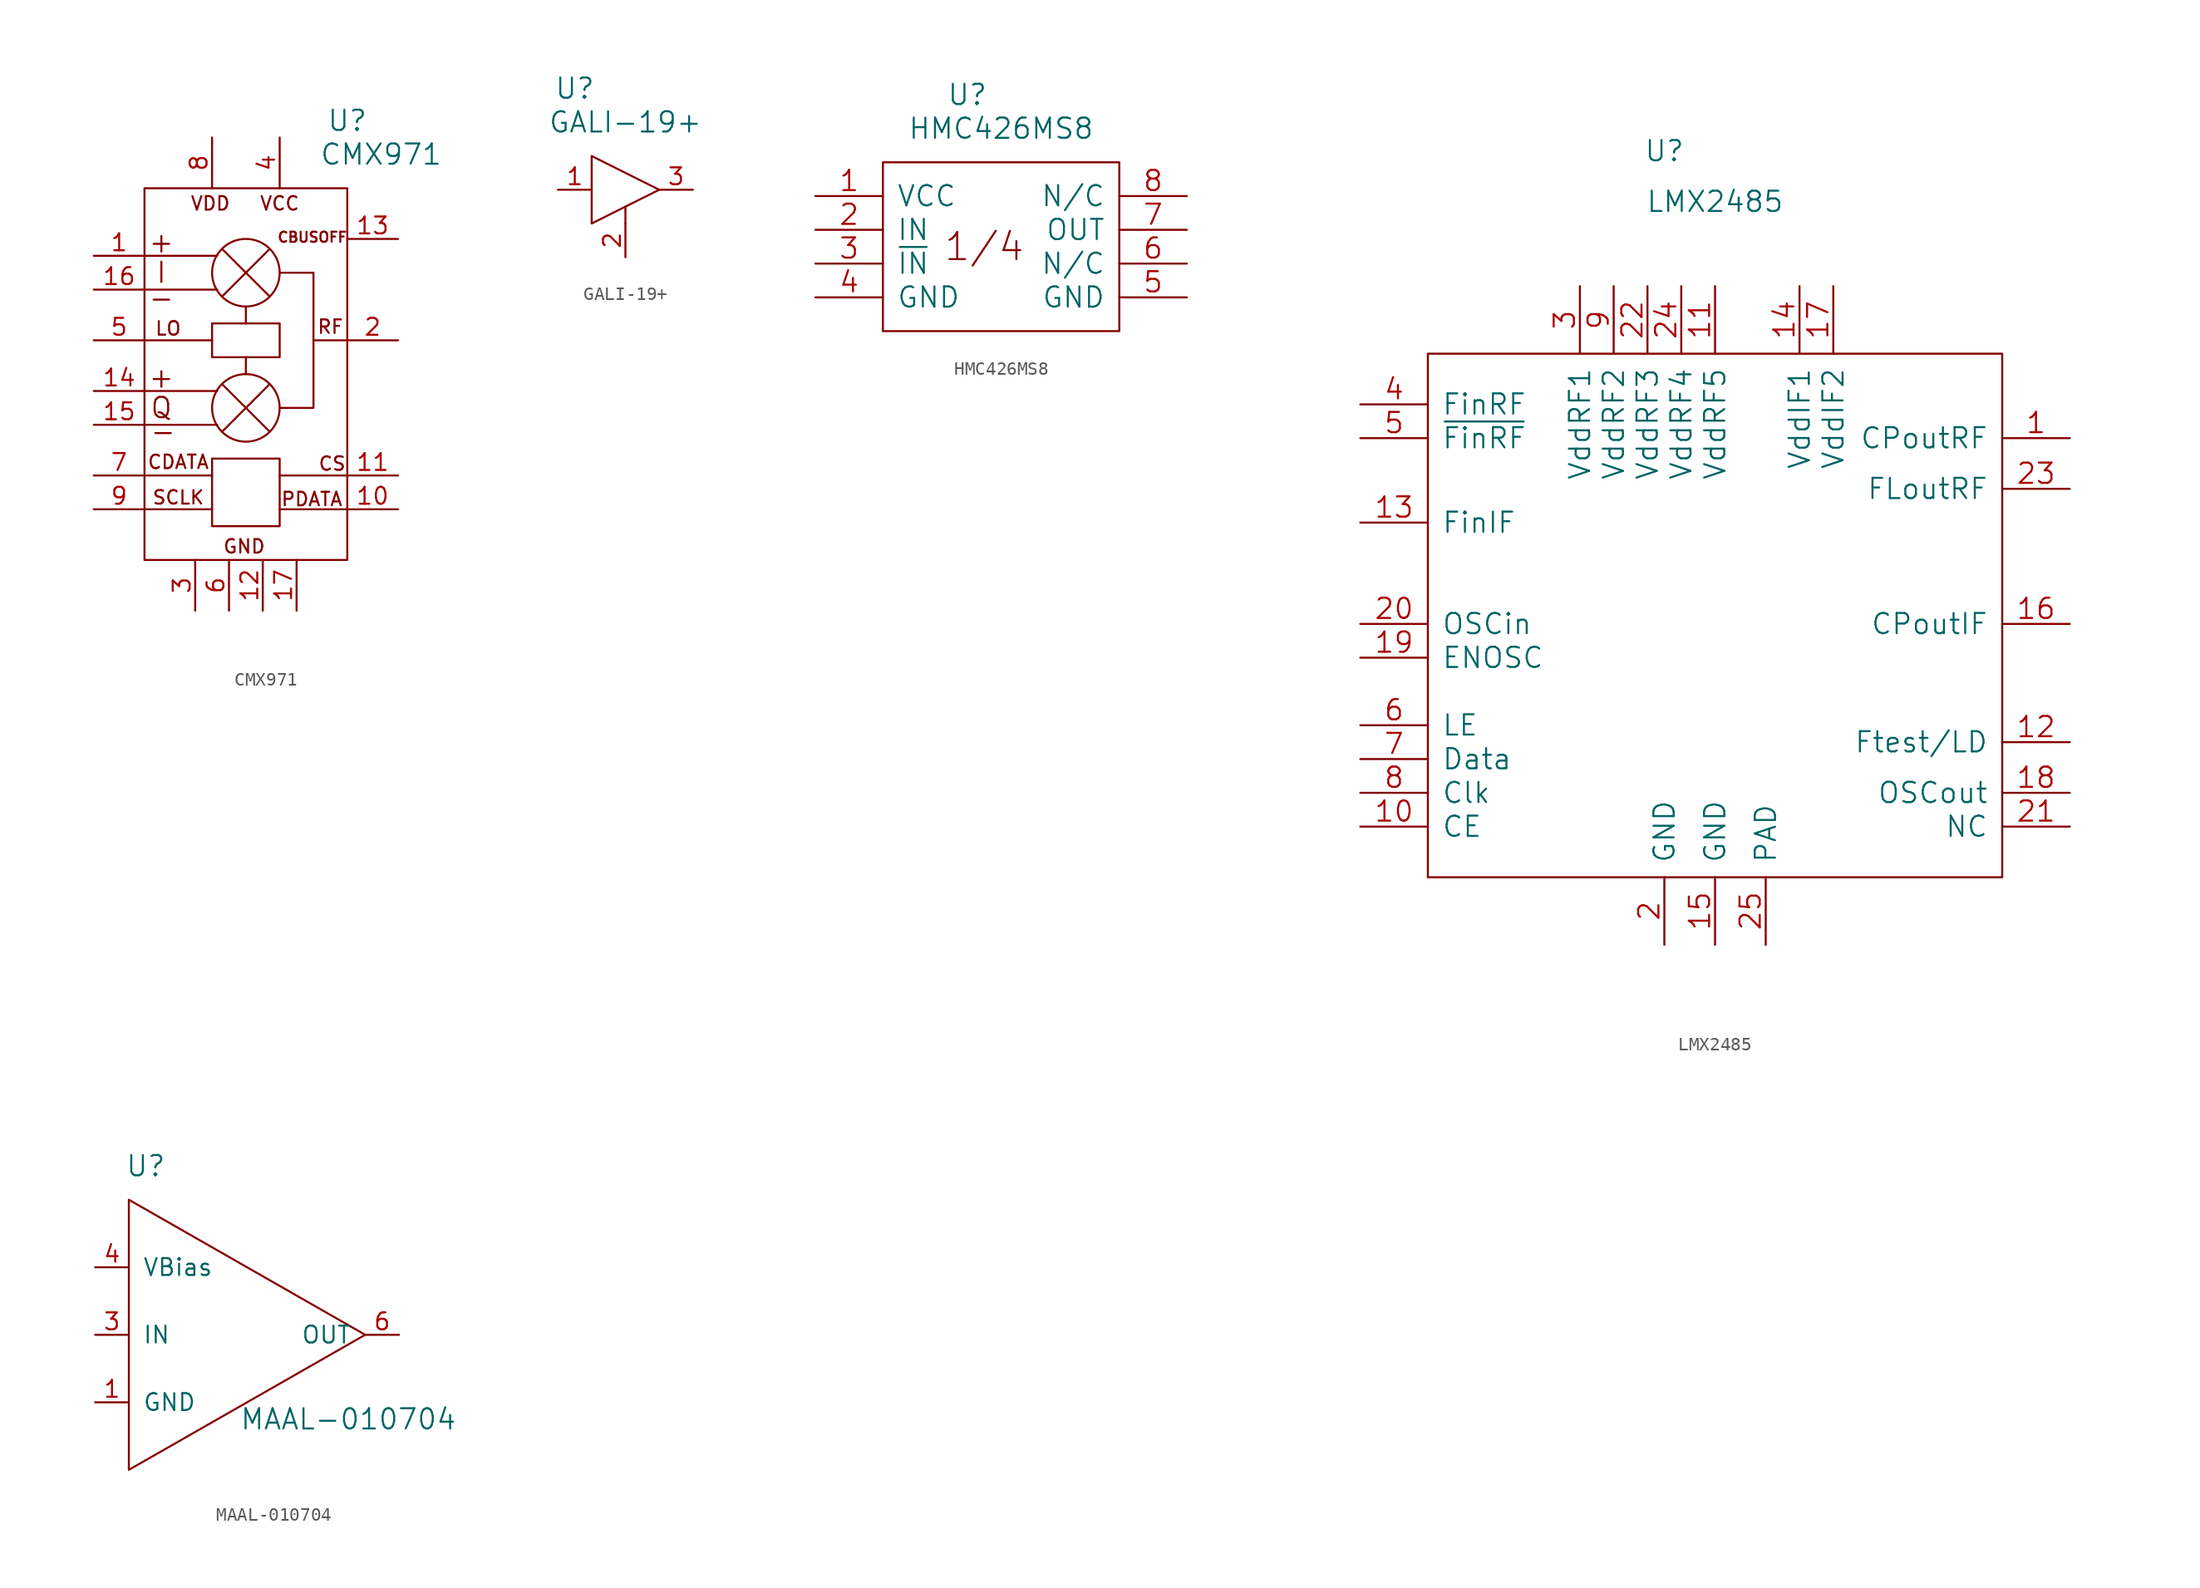
<source format=kicad_sym>
(kicad_symbol_lib
  (version 20211014)
  (generator kicad_symbol_editor)
  (symbol "CMX971"
    (pin_names
      (offset 1.016) hide)
    (property "Reference" "U"
      (at 7.62 16.51 0)
      (effects (font (size 1.524 1.524))))
    (property "Value" "CMX971"
      (at 10.16 13.97 0)
      (effects (font (size 1.524 1.524))))
    (property "Footprint" ""
      (at 0 -5.08 0)
      (effects (font (size 1.524 1.524))))
    (property "Datasheet" ""
      (at 0 -5.08 0)
      (effects (font (size 1.524 1.524))))
    (symbol "CMX971_0_0"
      (rectangle (start -7.62 11.43) (end 7.62 -16.51) (stroke (width 0) (type default) (color 0 0 0 0)) (fill (type none)))
      (polyline (pts (xy -7.62 -12.7) (xy -2.54 -12.7)) (stroke (width 0) (type default) (color 0 0 0 0)) (fill (type none)))
      (polyline (pts (xy -7.62 -10.16) (xy -2.54 -10.16)) (stroke (width 0) (type default) (color 0 0 0 0)) (fill (type none)))
      (polyline (pts (xy -7.62 -6.35) (xy -2.159 -6.35)) (stroke (width 0) (type default) (color 0 0 0 0)) (fill (type none)))
      (polyline (pts (xy -7.62 -3.81) (xy -2.159 -3.81)) (stroke (width 0) (type default) (color 0 0 0 0)) (fill (type none)))
      (polyline (pts (xy -7.62 0) (xy -2.54 0)) (stroke (width 0) (type default) (color 0 0 0 0)) (fill (type none)))
      (polyline (pts (xy -7.62 3.81) (xy -2.159 3.81)) (stroke (width 0) (type default) (color 0 0 0 0)) (fill (type none)))
      (polyline (pts (xy -7.62 6.35) (xy -2.159 6.35)) (stroke (width 0) (type default) (color 0 0 0 0)) (fill (type none)))
      (polyline (pts (xy 0 -1.27) (xy 0 -2.54)) (stroke (width 0) (type default) (color 0 0 0 0)) (fill (type none)))
      (polyline (pts (xy 0 2.54) (xy 0 1.27)) (stroke (width 0) (type default) (color 0 0 0 0)) (fill (type none)))
      (polyline (pts (xy 7.62 -12.7) (xy 2.54 -12.7)) (stroke (width 0) (type default) (color 0 0 0 0)) (fill (type none)))
      (polyline (pts (xy 7.62 -10.16) (xy 2.54 -10.16)) (stroke (width 0) (type default) (color 0 0 0 0)) (fill (type none)))
      (polyline (pts (xy 5.08 0) (xy 5.08 -5.08) (xy 2.54 -5.08)) (stroke (width 0) (type default) (color 0 0 0 0)) (fill (type none)))
      (polyline (pts (xy 7.62 0) (xy 5.08 0) (xy 5.08 5.08) (xy 2.54 5.08)) (stroke (width 0) (type default) (color 0 0 0 0)) (fill (type none)))
      (polyline (pts (xy -2.54 -8.89) (xy -2.54 -11.43) (xy -2.54 -13.97) (xy 2.54 -13.97) (xy 2.54 -8.89) (xy -2.54 -8.89)) (stroke (width 0) (type default) (color 0 0 0 0)) (fill (type none)))
      (text " CBUSOFF" (at 4.699 7.747 0) (effects (font (size 0.762 0.762))))
      (text " CS" (at 6.096 -9.271 0) (effects (font (size 1.016 1.016))))
      (text "+" (at -6.35 -2.794 0) (effects (font (size 1.524 1.524))))
      (text "+" (at -6.35 7.366 0) (effects (font (size 1.524 1.524))))
      (text "-" (at -6.35 3.175 0) (effects (font (size 1.524 1.524))))
      (text "-" (at -6.223 -6.858 0) (effects (font (size 1.524 1.524))))
      (text "CDATA" (at -5.08 -9.144 0) (effects (font (size 1.016 1.016))))
      (text "GND" (at -0.127 -15.494 0) (effects (font (size 1.016 1.016))))
      (text "I" (at -6.35 5.08 0) (effects (font (size 1.524 1.524))))
      (text "LO" (at -5.842 0.889 0) (effects (font (size 1.016 1.016))))
      (text "PDATA" (at 4.953 -11.938 0) (effects (font (size 1.016 1.016))))
      (text "Q" (at -6.35 -5.08 0) (effects (font (size 1.524 1.524))))
      (text "RF" (at 6.35 1.016 0) (effects (font (size 1.016 1.016))))
      (text "SCLK" (at -5.08 -11.811 0) (effects (font (size 1.016 1.016))))
      (text "VCC" (at 2.54 10.287 0) (effects (font (size 1.016 1.016))))
      (text "VDD" (at -2.667 10.287 0) (effects (font (size 1.016 1.016)))))
    (symbol "CMX971_0_1"
      (circle (center 0 -5.08) (radius 2.54) (stroke (width 0) (type default) (color 0 0 0 0)) (fill (type none)))
      (polyline (pts (xy -1.778 -6.858) (xy 1.778 -3.302)) (stroke (width 0) (type default) (color 0 0 0 0)) (fill (type none)))
      (polyline (pts (xy -1.778 -3.302) (xy 1.778 -6.858)) (stroke (width 0) (type default) (color 0 0 0 0)) (fill (type none)))
      (polyline (pts (xy -1.778 3.302) (xy 1.778 6.858)) (stroke (width 0) (type default) (color 0 0 0 0)) (fill (type none)))
      (polyline (pts (xy -1.778 6.858) (xy 1.778 3.302)) (stroke (width 0) (type default) (color 0 0 0 0)) (fill (type none)))
      (polyline (pts (xy -2.54 1.27) (xy -2.54 -1.27) (xy 2.54 -1.27) (xy 2.54 1.27) (xy -2.54 1.27)) (stroke (width 0) (type default) (color 0 0 0 0)) (fill (type none)))
      (circle (center 0 5.08) (radius 2.54) (stroke (width 0) (type default) (color 0 0 0 0)) (fill (type none))))
    (symbol "CMX971_1_1"
      (pin input line (at -11.43 6.35 0) (length 3.81) (name "IP" (effects (font (size 1.27 1.27)))) (number "1" (effects (font (size 1.27 1.27)))))
      (pin input line (at 11.43 -12.7 180) (length 3.81) (name "RDATA" (effects (font (size 1.27 1.27)))) (number "10" (effects (font (size 1.27 1.27)))))
      (pin input line (at 11.43 -10.16 180) (length 3.81) (name "CSN" (effects (font (size 1.27 1.27)))) (number "11" (effects (font (size 1.27 1.27)))))
      (pin input line (at 1.27 -20.32 90) (length 3.81) (name "VSS" (effects (font (size 1.27 1.27)))) (number "12" (effects (font (size 1.27 1.27)))))
      (pin input line (at 11.43 7.62 180) (length 3.81) (name "~{CBUSSOFF}" (effects (font (size 1.27 1.27)))) (number "13" (effects (font (size 1.27 1.27)))))
      (pin input line (at -11.43 -3.81 0) (length 3.81) (name "QN" (effects (font (size 1.27 1.27)))) (number "14" (effects (font (size 1.27 1.27)))))
      (pin input line (at -11.43 -6.35 0) (length 3.81) (name "QP" (effects (font (size 1.27 1.27)))) (number "15" (effects (font (size 1.27 1.27)))))
      (pin input line (at -11.43 3.81 0) (length 3.81) (name "IN" (effects (font (size 1.27 1.27)))) (number "16" (effects (font (size 1.27 1.27)))))
      (pin input line (at 3.81 -20.32 90) (length 3.81) (name "PAD" (effects (font (size 1.27 1.27)))) (number "17" (effects (font (size 1.27 1.27)))))
      (pin input line (at 11.43 0 180) (length 3.81) (name "RFOUT" (effects (font (size 1.27 1.27)))) (number "2" (effects (font (size 1.27 1.27)))))
      (pin input line (at -3.81 -20.32 90) (length 3.81) (name "RF_GND" (effects (font (size 1.27 1.27)))) (number "3" (effects (font (size 1.27 1.27)))))
      (pin input line (at 2.54 15.24 270) (length 3.81) (name "VCC" (effects (font (size 1.27 1.27)))) (number "4" (effects (font (size 1.27 1.27)))))
      (pin input line (at -11.43 0 0) (length 3.81) (name "LO" (effects (font (size 1.27 1.27)))) (number "5" (effects (font (size 1.27 1.27)))))
      (pin input line (at -1.27 -20.32 90) (length 3.81) (name "LO_GND" (effects (font (size 1.27 1.27)))) (number "6" (effects (font (size 1.27 1.27)))))
      (pin input line (at -11.43 -10.16 0) (length 3.81) (name "CDATA" (effects (font (size 1.27 1.27)))) (number "7" (effects (font (size 1.27 1.27)))))
      (pin input line (at -2.54 15.24 270) (length 3.81) (name "VDD" (effects (font (size 1.27 1.27)))) (number "8" (effects (font (size 1.27 1.27)))))
      (pin input line (at -11.43 -12.7 0) (length 3.81) (name "SCLK" (effects (font (size 1.27 1.27)))) (number "9" (effects (font (size 1.27 1.27)))))))
  (symbol "GALI-19+"
    (pin_names
      (offset 1.016) hide)
    (property "Reference" "U"
      (at -3.81 7.62 0)
      (effects (font (size 1.524 1.524))))
    (property "Value" "GALI-19+"
      (at 0 5.08 0)
      (effects (font (size 1.524 1.524))))
    (symbol "GALI-19+_0_1"
      (polyline (pts (xy 0 -2.54) (xy 0 -1.27)) (stroke (width 0) (type default) (color 0 0 0 0)) (fill (type none)))
      (polyline (pts (xy -2.54 2.54) (xy -2.54 -2.54) (xy 2.54 0) (xy -2.54 2.54)) (stroke (width 0) (type default) (color 0 0 0 0)) (fill (type none))))
    (symbol "GALI-19+_1_1"
      (pin passive line (at -5.08 0 0) (length 2.54) (name "RFin" (effects (font (size 1.27 1.27)))) (number "1" (effects (font (size 1.27 1.27)))))
      (pin passive line (at 0 -5.08 90) (length 2.54) (name "GND" (effects (font (size 1.27 1.27)))) (number "2" (effects (font (size 1.27 1.27)))))
      (pin passive line (at 5.08 0 180) (length 2.54) (name "RFout" (effects (font (size 1.27 1.27)))) (number "3" (effects (font (size 1.27 1.27)))))))
  (symbol "HMC426MS8"
    (pin_names
      (offset 1.016))
    (property "Reference" "U"
      (at -2.54 11.43 0)
      (effects (font (size 1.524 1.524))))
    (property "Value" "HMC426MS8"
      (at 0 8.89 0)
      (effects (font (size 1.524 1.524))))
    (property "Footprint" ""
      (at -2.54 8.89 0)
      (effects (font (size 1.524 1.524))))
    (property "Datasheet" ""
      (at -2.54 8.89 0)
      (effects (font (size 1.524 1.524))))
    (symbol "HMC426MS8_0_0"
      (rectangle (start -8.89 6.35) (end 8.89 -6.35) (stroke (width 0) (type default) (color 0 0 0 0)) (fill (type none)))
      (text "1/4" (at -1.27 0 0) (effects (font (size 2.032 2.032)))))
    (symbol "HMC426MS8_1_1"
      (pin input line (at -13.97 3.81 0) (length 5.08) (name "VCC" (effects (font (size 1.524 1.524)))) (number "1" (effects (font (size 1.524 1.524)))))
      (pin input line (at -13.97 1.27 0) (length 5.08) (name "IN" (effects (font (size 1.524 1.524)))) (number "2" (effects (font (size 1.524 1.524)))))
      (pin input line (at -13.97 -1.27 0) (length 5.08) (name "~{IN}" (effects (font (size 1.524 1.524)))) (number "3" (effects (font (size 1.524 1.524)))))
      (pin input line (at -13.97 -3.81 0) (length 5.08) (name "GND" (effects (font (size 1.524 1.524)))) (number "4" (effects (font (size 1.524 1.524)))))
      (pin input line (at 13.97 -3.81 180) (length 5.08) (name "GND" (effects (font (size 1.524 1.524)))) (number "5" (effects (font (size 1.524 1.524)))))
      (pin input line (at 13.97 -1.27 180) (length 5.08) (name "N/C" (effects (font (size 1.524 1.524)))) (number "6" (effects (font (size 1.524 1.524)))))
      (pin input line (at 13.97 1.27 180) (length 5.08) (name "OUT" (effects (font (size 1.524 1.524)))) (number "7" (effects (font (size 1.524 1.524)))))
      (pin input line (at 13.97 3.81 180) (length 5.08) (name "N/C" (effects (font (size 1.524 1.524)))) (number "8" (effects (font (size 1.524 1.524)))))))
  (symbol "LMX2485"
    (pin_names
      (offset 1.016))
    (property "Reference" "U"
      (at -3.81 35.56 0)
      (effects (font (size 1.524 1.524))))
    (property "Value" "LMX2485"
      (at 0 31.75 0)
      (effects (font (size 1.524 1.524))))
    (property "Footprint" ""
      (at 15.24 7.62 0)
      (effects (font (size 1.524 1.524))))
    (property "Datasheet" ""
      (at 15.24 7.62 0)
      (effects (font (size 1.524 1.524))))
    (symbol "LMX2485_0_1"
      (rectangle (start -21.59 20.32) (end 21.59 -19.05) (stroke (width 0) (type default) (color 0 0 0 0)) (fill (type none))))
    (symbol "LMX2485_1_1"
      (pin input line (at 26.67 13.97 180) (length 5.08) (name "CPoutRF" (effects (font (size 1.524 1.524)))) (number "1" (effects (font (size 1.524 1.524)))))
      (pin input line (at -26.67 -15.24 0) (length 5.08) (name "CE" (effects (font (size 1.524 1.524)))) (number "10" (effects (font (size 1.524 1.524)))))
      (pin input line (at 0 25.4 270) (length 5.08) (name "VddRF5" (effects (font (size 1.524 1.524)))) (number "11" (effects (font (size 1.524 1.524)))))
      (pin input line (at 26.67 -8.89 180) (length 5.08) (name "Ftest/LD" (effects (font (size 1.524 1.524)))) (number "12" (effects (font (size 1.524 1.524)))))
      (pin input line (at -26.67 7.62 0) (length 5.08) (name "FinIF" (effects (font (size 1.524 1.524)))) (number "13" (effects (font (size 1.524 1.524)))))
      (pin input line (at 6.35 25.4 270) (length 5.08) (name "VddIF1" (effects (font (size 1.524 1.524)))) (number "14" (effects (font (size 1.524 1.524)))))
      (pin input line (at 0 -24.13 90) (length 5.08) (name "GND" (effects (font (size 1.524 1.524)))) (number "15" (effects (font (size 1.524 1.524)))))
      (pin input line (at 26.67 0 180) (length 5.08) (name "CPoutIF" (effects (font (size 1.524 1.524)))) (number "16" (effects (font (size 1.524 1.524)))))
      (pin input line (at 8.89 25.4 270) (length 5.08) (name "VddIF2" (effects (font (size 1.524 1.524)))) (number "17" (effects (font (size 1.524 1.524)))))
      (pin input line (at 26.67 -12.7 180) (length 5.08) (name "OSCout" (effects (font (size 1.524 1.524)))) (number "18" (effects (font (size 1.524 1.524)))))
      (pin input line (at -26.67 -2.54 0) (length 5.08) (name "ENOSC" (effects (font (size 1.524 1.524)))) (number "19" (effects (font (size 1.524 1.524)))))
      (pin input line (at -3.81 -24.13 90) (length 5.08) (name "GND" (effects (font (size 1.524 1.524)))) (number "2" (effects (font (size 1.524 1.524)))))
      (pin input line (at -26.67 0 0) (length 5.08) (name "OSCin" (effects (font (size 1.524 1.524)))) (number "20" (effects (font (size 1.524 1.524)))))
      (pin input line (at 26.67 -15.24 180) (length 5.08) (name "NC" (effects (font (size 1.524 1.524)))) (number "21" (effects (font (size 1.524 1.524)))))
      (pin input line (at -5.08 25.4 270) (length 5.08) (name "VddRF3" (effects (font (size 1.524 1.524)))) (number "22" (effects (font (size 1.524 1.524)))))
      (pin input line (at 26.67 10.16 180) (length 5.08) (name "FLoutRF" (effects (font (size 1.524 1.524)))) (number "23" (effects (font (size 1.524 1.524)))))
      (pin input line (at -2.54 25.4 270) (length 5.08) (name "VddRF4" (effects (font (size 1.524 1.524)))) (number "24" (effects (font (size 1.524 1.524)))))
      (pin input line (at 3.81 -24.13 90) (length 5.08) (name "PAD" (effects (font (size 1.524 1.524)))) (number "25" (effects (font (size 1.524 1.524)))))
      (pin input line (at -10.16 25.4 270) (length 5.08) (name "VddRF1" (effects (font (size 1.524 1.524)))) (number "3" (effects (font (size 1.524 1.524)))))
      (pin input line (at -26.67 16.51 0) (length 5.08) (name "FinRF" (effects (font (size 1.524 1.524)))) (number "4" (effects (font (size 1.524 1.524)))))
      (pin input line (at -26.67 13.97 0) (length 5.08) (name "~{FinRF}" (effects (font (size 1.524 1.524)))) (number "5" (effects (font (size 1.524 1.524)))))
      (pin input line (at -26.67 -7.62 0) (length 5.08) (name "LE" (effects (font (size 1.524 1.524)))) (number "6" (effects (font (size 1.524 1.524)))))
      (pin input line (at -26.67 -10.16 0) (length 5.08) (name "Data" (effects (font (size 1.524 1.524)))) (number "7" (effects (font (size 1.524 1.524)))))
      (pin input line (at -26.67 -12.7 0) (length 5.08) (name "Clk" (effects (font (size 1.524 1.524)))) (number "8" (effects (font (size 1.524 1.524)))))
      (pin input line (at -7.62 25.4 270) (length 5.08) (name "VddRF2" (effects (font (size 1.524 1.524)))) (number "9" (effects (font (size 1.524 1.524)))))))
  (symbol "MAAL-010704"
    (pin_names
      (offset 1.016))
    (property "Reference" "U"
      (at -5.08 12.7 0)
      (effects (font (size 1.524 1.524))))
    (property "Value" "MAAL-010704"
      (at 10.16 -6.35 0)
      (effects (font (size 1.524 1.524))))
    (property "Footprint" ""
      (at -1.27 -1.27 0)
      (effects (font (size 1.524 1.524))))
    (property "Datasheet" ""
      (at -1.27 -1.27 0)
      (effects (font (size 1.524 1.524))))
    (symbol "MAAL-010704_0_0"
      (polyline (pts (xy -6.35 10.16) (xy -6.35 -10.16) (xy 11.43 0) (xy -6.35 10.16) (xy -6.35 8.89)) (stroke (width 0) (type default) (color 0 0 0 0)) (fill (type none))))
    (symbol "MAAL-010704_1_1"
      (pin input line (at -8.89 -5.08 0) (length 2.54) (name "GND" (effects (font (size 1.27 1.27)))) (number "1" (effects (font (size 1.27 1.27)))))
      (pin input line (at -8.89 -5.08 0) (length 2.54) hide (name "GND" (effects (font (size 1.27 1.27)))) (number "2" (effects (font (size 1.27 1.27)))))
      (pin input line (at -8.89 0 0) (length 2.54) (name "IN" (effects (font (size 1.27 1.27)))) (number "3" (effects (font (size 1.27 1.27)))))
      (pin input line (at -8.89 5.08 0) (length 2.54) (name "VBias" (effects (font (size 1.27 1.27)))) (number "4" (effects (font (size 1.27 1.27)))))
      (pin input line (at -8.89 -5.08 0) (length 2.54) hide (name "GND" (effects (font (size 1.27 1.27)))) (number "5" (effects (font (size 1.27 1.27)))))
      (pin input line (at 13.97 0 180) (length 2.54) (name "OUT" (effects (font (size 1.27 1.27)))) (number "6" (effects (font (size 1.27 1.27))))))))
</source>
